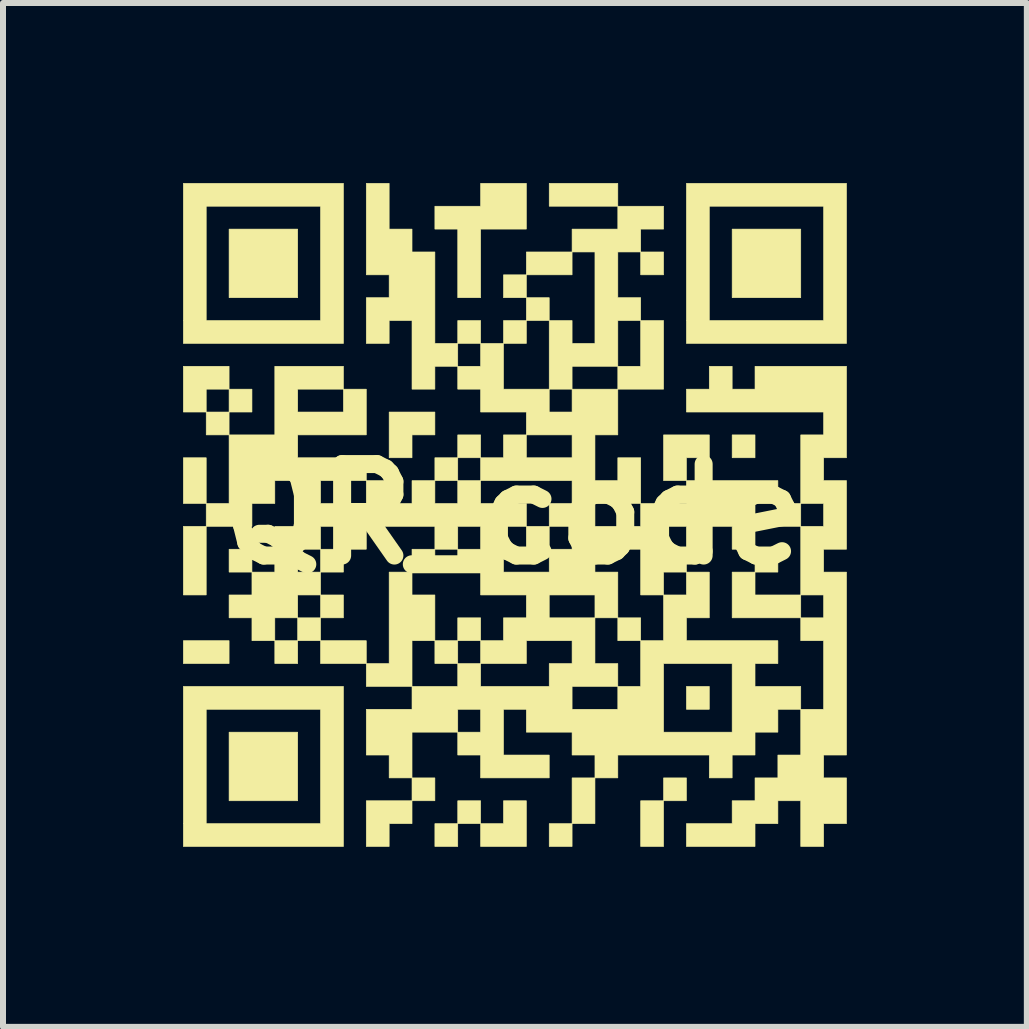
<source format=kicad_pcb>
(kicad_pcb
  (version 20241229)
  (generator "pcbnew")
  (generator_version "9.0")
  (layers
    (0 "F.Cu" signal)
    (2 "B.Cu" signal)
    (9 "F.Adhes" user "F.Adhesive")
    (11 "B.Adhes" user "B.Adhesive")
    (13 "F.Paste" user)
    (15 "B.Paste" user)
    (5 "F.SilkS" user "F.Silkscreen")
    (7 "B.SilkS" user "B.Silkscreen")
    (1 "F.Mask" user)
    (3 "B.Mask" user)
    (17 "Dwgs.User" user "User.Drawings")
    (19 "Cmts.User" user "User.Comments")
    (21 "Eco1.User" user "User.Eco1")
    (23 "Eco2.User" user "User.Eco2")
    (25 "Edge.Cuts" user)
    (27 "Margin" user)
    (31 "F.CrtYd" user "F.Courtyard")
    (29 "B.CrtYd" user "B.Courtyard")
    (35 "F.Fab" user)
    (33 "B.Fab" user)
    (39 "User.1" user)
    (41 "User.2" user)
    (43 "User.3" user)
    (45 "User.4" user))
  (footprint "QR_code"
    (layer "F.Cu")
    (at 5.517 5.517)
    (property "Reference" "QR_code" (at 0 0 0) (layer "F.SilkS") (effects (font (size 1.524 1.524) (thickness 0.3))))
    (attr through_hole)
    (fp_poly (pts (xy -5.512 -0.178) (xy -5.512 -0.94) (xy -5.131 -0.94) (xy -5.131 -0.178) (xy -5.512 -0.178)) (stroke (width 0.01) (type solid)) (fill yes) (layer "F.SilkS"))
    (fp_poly (pts (xy -5.131 1.346) (xy -5.512 1.346) (xy -5.512 0.203) (xy -5.131 0.203) (xy -5.131 1.346)) (stroke (width 0.01) (type solid)) (fill yes) (layer "F.SilkS"))
    (fp_poly (pts (xy -4.75 -2.083) (xy -4.369 -2.083) (xy -4.369 -1.702) (xy -4.75 -1.702) (xy -4.75 -2.083)) (stroke (width 0.01) (type solid)) (fill yes) (layer "F.SilkS"))
    (fp_poly (pts (xy -4.75 -1.702) (xy -4.75 -1.321) (xy -5.131 -1.321) (xy -5.131 -1.702) (xy -4.75 -1.702)) (stroke (width 0.01) (type solid)) (fill yes) (layer "F.SilkS"))
    (fp_poly (pts (xy -4.75 0.965) (xy -4.75 0.584) (xy -4.369 0.584) (xy -4.369 0.965) (xy -4.75 0.965)) (stroke (width 0.01) (type solid)) (fill yes) (layer "F.SilkS"))
    (fp_poly (pts (xy -4.75 2.489) (xy -5.512 2.489) (xy -5.512 2.108) (xy -4.75 2.108) (xy -4.75 2.489)) (stroke (width 0.01) (type solid)) (fill yes) (layer "F.SilkS"))
    (fp_poly (pts (xy -3.607 -3.607) (xy -4.75 -3.607) (xy -4.75 -4.75) (xy -3.607 -4.75) (xy -3.607 -3.607)) (stroke (width 0.01) (type solid)) (fill yes) (layer "F.SilkS"))
    (fp_poly (pts (xy -3.607 1.727) (xy -3.226 1.727) (xy -3.226 2.108) (xy -3.607 2.108) (xy -3.607 1.727)) (stroke (width 0.01) (type solid)) (fill yes) (layer "F.SilkS"))
    (fp_poly (pts (xy -3.607 2.489) (xy -3.988 2.489) (xy -3.988 2.108) (xy -3.607 2.108) (xy -3.607 2.489)) (stroke (width 0.01) (type solid)) (fill yes) (layer "F.SilkS"))
    (fp_poly (pts (xy -3.607 4.775) (xy -4.75 4.775) (xy -4.75 3.632) (xy -3.607 3.632) (xy -3.607 4.775)) (stroke (width 0.01) (type solid)) (fill yes) (layer "F.SilkS"))
    (fp_poly (pts (xy -3.226 2.489) (xy -3.226 2.108) (xy -2.464 2.108) (xy -2.464 2.489) (xy -3.226 2.489)) (stroke (width 0.01) (type solid)) (fill yes) (layer "F.SilkS"))
    (fp_poly (pts (xy -2.845 0.965) (xy -3.226 0.965) (xy -3.226 0.584) (xy -2.845 0.584) (xy -2.845 0.965)) (stroke (width 0.01) (type solid)) (fill yes) (layer "F.SilkS"))
    (fp_poly (pts (xy -2.845 1.727) (xy -3.226 1.727) (xy -3.226 1.346) (xy -2.845 1.346) (xy -2.845 1.727)) (stroke (width 0.01) (type solid)) (fill yes) (layer "F.SilkS"))
    (fp_poly (pts (xy -1.702 4.394) (xy -1.321 4.394) (xy -1.321 4.775) (xy -1.702 4.775) (xy -1.702 4.394)) (stroke (width 0.01) (type solid)) (fill yes) (layer "F.SilkS"))
    (fp_poly (pts (xy -1.321 0.965) (xy -1.702 0.965) (xy -1.702 0.584) (xy -1.321 0.584) (xy -1.321 0.965)) (stroke (width 0.01) (type solid)) (fill yes) (layer "F.SilkS"))
    (fp_poly (pts (xy -0.94 1.727) (xy -0.559 1.727) (xy -0.559 2.108) (xy -0.94 2.108) (xy -0.94 1.727)) (stroke (width 0.01) (type solid)) (fill yes) (layer "F.SilkS"))
    (fp_poly (pts (xy -0.94 2.489) (xy -1.321 2.489) (xy -1.321 2.108) (xy -0.94 2.108) (xy -0.94 2.489)) (stroke (width 0.01) (type solid)) (fill yes) (layer "F.SilkS"))
    (fp_poly (pts (xy -0.94 5.156) (xy -0.94 4.775) (xy -0.559 4.775) (xy -0.559 5.156) (xy -0.94 5.156)) (stroke (width 0.01) (type solid)) (fill yes) (layer "F.SilkS"))
    (fp_poly (pts (xy -0.94 5.537) (xy -1.321 5.537) (xy -1.321 5.156) (xy -0.94 5.156) (xy -0.94 5.537)) (stroke (width 0.01) (type solid)) (fill yes) (layer "F.SilkS"))
    (fp_poly (pts (xy 0.584 -5.131) (xy 0.584 -5.512) (xy 1.727 -5.512) (xy 1.727 -5.131) (xy 0.584 -5.131)) (stroke (width 0.01) (type solid)) (fill yes) (layer "F.SilkS"))
    (fp_poly (pts (xy 0.584 0.584) (xy 0.203 0.584) (xy 0.203 0.203) (xy 0.584 0.203) (xy 0.584 0.584)) (stroke (width 0.01) (type solid)) (fill yes) (layer "F.SilkS"))
    (fp_poly (pts (xy 0.965 4.394) (xy 1.346 4.394) (xy 1.346 5.156) (xy 0.965 5.156) (xy 0.965 4.394)) (stroke (width 0.01) (type solid)) (fill yes) (layer "F.SilkS"))
    (fp_poly (pts (xy 0.965 5.537) (xy 0.584 5.537) (xy 0.584 5.156) (xy 0.965 5.156) (xy 0.965 5.537)) (stroke (width 0.01) (type solid)) (fill yes) (layer "F.SilkS"))
    (fp_poly (pts (xy 2.108 2.108) (xy 1.727 2.108) (xy 1.727 1.727) (xy 2.108 1.727) (xy 2.108 2.108)) (stroke (width 0.01) (type solid)) (fill yes) (layer "F.SilkS"))
    (fp_poly (pts (xy 2.489 -3.988) (xy 2.108 -3.988) (xy 2.108 -4.369) (xy 2.489 -4.369) (xy 2.489 -3.988)) (stroke (width 0.01) (type solid)) (fill yes) (layer "F.SilkS"))
    (fp_poly (pts (xy 2.489 4.394) (xy 2.87 4.394) (xy 2.87 4.775) (xy 2.489 4.775) (xy 2.489 4.394)) (stroke (width 0.01) (type solid)) (fill yes) (layer "F.SilkS"))
    (fp_poly (pts (xy 2.489 5.537) (xy 2.108 5.537) (xy 2.108 4.775) (xy 2.489 4.775) (xy 2.489 5.537)) (stroke (width 0.01) (type solid)) (fill yes) (layer "F.SilkS"))
    (fp_poly (pts (xy 3.251 3.251) (xy 2.87 3.251) (xy 2.87 2.87) (xy 3.251 2.87) (xy 3.251 3.251)) (stroke (width 0.01) (type solid)) (fill yes) (layer "F.SilkS"))
    (fp_poly (pts (xy 4.013 -0.94) (xy 3.632 -0.94) (xy 3.632 -1.321) (xy 4.013 -1.321) (xy 4.013 -0.94)) (stroke (width 0.01) (type solid)) (fill yes) (layer "F.SilkS"))
    (fp_poly (pts (xy 4.013 0.584) (xy 4.394 0.584) (xy 4.394 0.965) (xy 4.013 0.965) (xy 4.013 0.584)) (stroke (width 0.01) (type solid)) (fill yes) (layer "F.SilkS"))
    (fp_poly (pts (xy 4.775 -3.607) (xy 3.632 -3.607) (xy 3.632 -4.75) (xy 4.775 -4.75) (xy 4.775 -3.607)) (stroke (width 0.01) (type solid)) (fill yes) (layer "F.SilkS"))
    (fp_poly (pts (xy -5.512 -1.702) (xy -5.512 -2.464) (xy -4.75 -2.464) (xy -4.75 -2.083) (xy -5.131 -2.083) (xy -5.131 -1.702) (xy -5.512 -1.702)) (stroke (width 0.01) (type solid)) (fill yes) (layer "F.SilkS"))
    (fp_poly (pts (xy -1.702 5.156) (xy -2.083 5.156) (xy -2.083 5.537) (xy -2.464 5.537) (xy -2.464 4.775) (xy -1.702 4.775) (xy -1.702 5.156)) (stroke (width 0.01) (type solid)) (fill yes) (layer "F.SilkS"))
    (fp_poly (pts (xy -1.321 -1.321) (xy -1.702 -1.321) (xy -1.702 -0.94) (xy -2.083 -0.94) (xy -2.083 -1.702) (xy -1.321 -1.702) (xy -1.321 -1.321)) (stroke (width 0.01) (type solid)) (fill yes) (layer "F.SilkS"))
    (fp_poly (pts (xy -0.178 5.156) (xy -0.178 4.775) (xy 0.203 4.775) (xy 0.203 5.537) (xy -0.559 5.537) (xy -0.559 5.156) (xy -0.178 5.156)) (stroke (width 0.01) (type solid)) (fill yes) (layer "F.SilkS"))
    (fp_poly (pts (xy 1.727 -2.464) (xy 2.108 -2.464) (xy 2.108 -3.226) (xy 2.489 -3.226) (xy 2.489 -2.083) (xy 1.727 -2.083) (xy 1.727 -2.464)) (stroke (width 0.01) (type solid)) (fill yes) (layer "F.SilkS"))
    (fp_poly (pts (xy 2.489 -0.559) (xy 2.489 -1.321) (xy 3.251 -1.321) (xy 3.251 -0.94) (xy 2.87 -0.94) (xy 2.87 -0.559) (xy 2.489 -0.559)) (stroke (width 0.01) (type solid)) (fill yes) (layer "F.SilkS"))
    (fp_poly (pts (xy 4.013 1.346) (xy 4.775 1.346) (xy 4.775 1.727) (xy 3.632 1.727) (xy 3.632 0.965) (xy 4.013 0.965) (xy 4.013 1.346)) (stroke (width 0.01) (type solid)) (fill yes) (layer "F.SilkS"))
    (fp_poly (pts (xy -2.083 2.489) (xy -2.083 0.965) (xy -1.702 0.965) (xy -1.702 1.346) (xy -1.321 1.346) (xy -1.321 2.108) (xy -1.702 2.108) (xy -1.702 2.87) (xy -2.464 2.87) (xy -2.464 2.489) (xy -2.083 2.489)) (stroke (width 0.01) (type solid)) (fill yes) (layer "F.SilkS"))
    (fp_poly (pts (xy 0.203 -4.75) (xy -0.559 -4.75) (xy -0.559 -3.607) (xy -0.94 -3.607) (xy -0.94 -4.75) (xy -1.321 -4.75) (xy -1.321 -5.131) (xy -0.559 -5.131) (xy -0.559 -5.512) (xy 0.203 -5.512) (xy 0.203 -4.75)) (stroke (width 0.01) (type solid)) (fill yes) (layer "F.SilkS"))
    (fp_poly (pts (xy -2.845 -2.845) (xy -5.512 -2.845) (xy -5.512 -5.131) (xy -5.131 -5.131) (xy -5.131 -3.226) (xy -3.226 -3.226) (xy -3.226 -5.131) (xy -5.131 -5.131) (xy -5.512 -5.131) (xy -5.512 -5.512) (xy -2.845 -5.512) (xy -2.845 -2.845)) (stroke (width 0.01) (type solid)) (fill yes) (layer "F.SilkS"))
    (fp_poly (pts (xy -2.845 5.537) (xy -5.512 5.537) (xy -5.512 3.251) (xy -5.131 3.251) (xy -5.131 5.156) (xy -3.226 5.156) (xy -3.226 3.251) (xy -5.131 3.251) (xy -5.512 3.251) (xy -5.512 2.87) (xy -2.845 2.87) (xy -2.845 5.537)) (stroke (width 0.01) (type solid)) (fill yes) (layer "F.SilkS"))
    (fp_poly (pts (xy 5.537 -2.845) (xy 2.87 -2.845) (xy 2.87 -5.131) (xy 3.251 -5.131) (xy 3.251 -3.226) (xy 5.156 -3.226) (xy 5.156 -5.131) (xy 3.251 -5.131) (xy 2.87 -5.131) (xy 2.87 -5.512) (xy 5.537 -5.512) (xy 5.537 -2.845)) (stroke (width 0.01) (type solid)) (fill yes) (layer "F.SilkS"))
    (fp_poly (pts (xy 2.489 -5.131) (xy 2.489 -4.75) (xy 2.108 -4.75) (xy 2.108 -4.369) (xy 1.727 -4.369) (xy 1.727 -3.607) (xy 2.108 -3.607) (xy 2.108 -3.226) (xy 1.727 -3.226) (xy 1.727 -2.464) (xy 0.965 -2.464) (xy 0.965 -2.083) (xy 1.727 -2.083) (xy 1.727 -1.321) (xy 1.346 -1.321) (xy 1.346 -0.559) (xy 1.727 -0.559) (xy 1.727 -0.94) (xy 2.108 -0.94) (xy 2.108 -0.178) (xy 2.87 -0.178) (xy 2.87 -0.559) (xy 4.394 -0.559) (xy 4.394 -0.178) (xy 4.775 -0.178) (xy 4.775 0.203) (xy 5.156 0.203) (xy 5.156 -0.178) (xy 4.775 -0.178) (xy 4.775 -1.321) (xy 5.156 -1.321) (xy 5.156 -1.702) (xy 2.87 -1.702) (xy 2.87 -2.083) (xy 3.251 -2.083) (xy 3.251 -2.464) (xy 3.632 -2.464) (xy 3.632 -2.083) (xy 4.013 -2.083) (xy 4.013 -2.464) (xy 5.537 -2.464) (xy 5.537 -0.94) (xy 5.156 -0.94) (xy 5.156 -0.559) (xy 5.537 -0.559) (xy 5.537 0.584) (xy 5.156 0.584) (xy 5.156 0.965) (xy 5.537 0.965) (xy 5.537 4.013) (xy 5.156 4.013) (xy 5.156 4.394) (xy 5.537 4.394) (xy 5.537 5.156) (xy 5.156 5.156) (xy 5.156 5.537) (xy 4.775 5.537) (xy 4.775 4.775) (xy 4.394 4.775) (xy 4.394 5.156) (xy 4.013 5.156) (xy 4.013 5.537) (xy 2.87 5.537) (xy 2.87 5.156) (xy 3.632 5.156) (xy 3.632 4.775) (xy 4.013 4.775) (xy 4.013 4.394) (xy 4.394 4.394) (xy 4.394 4.013) (xy 4.775 4.013) (xy 4.775 3.251) (xy 4.394 3.251) (xy 4.394 3.632) (xy 4.013 3.632) (xy 4.013 4.013) (xy 3.632 4.013) (xy 3.632 4.394) (xy 3.251 4.394) (xy 3.251 4.013) (xy 1.727 4.013) (xy 1.727 4.394) (xy 1.346 4.394) (xy 1.346 4.013) (xy 0.965 4.013) (xy 0.965 3.632) (xy 0.203 3.632) (xy 0.203 3.251) (xy -0.178 3.251) (xy -0.178 4.013) (xy 0.584 4.013) (xy 0.584 4.394) (xy -0.559 4.394) (xy -0.559 4.013) (xy -0.94 4.013) (xy -0.94 3.632) (xy -1.702 3.632) (xy -1.702 4.394) (xy -2.083 4.394) (xy -2.083 4.013) (xy -2.464 4.013) (xy -2.464 3.251) (xy -1.702 3.251) (xy -0.94 3.251) (xy -0.94 3.632) (xy -0.559 3.632) (xy -0.559 3.251) (xy -0.94 3.251) (xy -1.702 3.251) (xy -1.702 2.87) (xy -0.94 2.87) (xy -0.559 2.87) (xy 0.584 2.87) (xy 0.965 2.87) (xy 0.965 3.251) (xy 1.727 3.251) (xy 1.727 2.87) (xy 0.965 2.87) (xy 0.584 2.87) (xy 0.584 2.489) (xy 0.965 2.489) (xy 1.346 2.489) (xy 1.727 2.489) (xy 1.727 2.87) (xy 2.108 2.87) (xy 2.108 2.489) (xy 2.489 2.489) (xy 2.489 3.632) (xy 3.632 3.632) (xy 3.632 2.489) (xy 2.489 2.489) (xy 2.108 2.489) (xy 2.108 2.108) (xy 2.489 2.108) (xy 2.489 1.346) (xy 2.108 1.346) (xy 2.108 0.965) (xy 2.489 0.965) (xy 2.489 1.346) (xy 2.87 1.346) (xy 2.87 0.965) (xy 3.251 0.965) (xy 3.251 1.727) (xy 2.87 1.727) (xy 2.87 2.108) (xy 4.394 2.108) (xy 4.394 2.489) (xy 4.013 2.489) (xy 4.013 2.87) (xy 4.775 2.87) (xy 4.775 3.251) (xy 5.156 3.251) (xy 5.156 2.108) (xy 4.775 2.108) (xy 4.775 1.727) (xy 5.156 1.727) (xy 5.156 1.346) (xy 4.775 1.346) (xy 4.775 0.203) (xy 4.394 0.203) (xy 4.394 -0.178) (xy 4.013 -0.178) (xy 4.013 0.584) (xy 3.632 0.584) (xy 3.632 0.203) (xy 3.251 0.203) (xy 3.251 0.584) (xy 2.87 0.584) (xy 2.87 0.965) (xy 2.489 0.965) (xy 2.108 0.965) (xy 2.108 0.584) (xy 1.346 0.584) (xy 1.346 0.965) (xy 1.727 0.965) (xy 1.727 1.727) (xy 1.346 1.727) (xy 1.346 2.489) (xy 0.965 2.489) (xy 0.965 2.108) (xy 0.203 2.108) (xy 0.203 2.489) (xy -0.559 2.489) (xy -0.559 2.87) (xy -0.94 2.87) (xy -0.94 2.489) (xy -0.559 2.489) (xy -0.559 2.108) (xy -0.178 2.108) (xy -0.178 1.727) (xy 0.203 1.727) (xy 0.203 1.346) (xy 0.584 1.346) (xy 0.584 1.727) (xy 1.346 1.727) (xy 1.346 1.346) (xy 0.584 1.346) (xy 0.203 1.346) (xy -0.559 1.346) (xy -0.559 0.965) (xy -0.94 0.965) (xy -0.94 0.584) (xy -1.321 0.584) (xy -1.321 0.203) (xy -0.94 0.203) (xy -0.94 0.584) (xy -0.559 0.584) (xy -0.559 0.203) (xy -0.94 0.203) (xy -1.321 0.203) (xy -2.464 0.203) (xy -2.464 0.584) (xy -2.845 0.584) (xy -2.845 0.203) (xy -3.226 0.203) (xy -3.226 0.584) (xy -3.607 0.584) (xy -3.607 0.965) (xy -3.226 0.965) (xy -3.226 1.346) (xy -3.607 1.346) (xy -3.607 1.727) (xy -3.988 1.727) (xy -3.988 2.108) (xy -4.369 2.108) (xy -4.369 1.727) (xy -4.75 1.727) (xy -4.75 1.346) (xy -4.369 1.346) (xy -4.369 0.965) (xy -3.988 0.965) (xy -3.988 0.203) (xy -3.607 0.203) (xy -3.607 -0.559) (xy -3.226 -0.559) (xy -3.226 -0.178) (xy -2.464 -0.178) (xy -2.464 -0.559) (xy -3.226 -0.559) (xy -3.607 -0.559) (xy -3.988 -0.559) (xy -3.988 -0.178) (xy -4.369 -0.178) (xy -4.369 0.203) (xy -5.131 0.203) (xy -5.131 -0.178) (xy -4.75 -0.178) (xy -4.75 -1.321) (xy -3.988 -1.321) (xy -3.988 -2.083) (xy -3.607 -2.083) (xy -3.607 -1.702) (xy -2.845 -1.702) (xy -2.845 -2.083) (xy -3.607 -2.083) (xy -3.988 -2.083) (xy -3.988 -2.464) (xy -2.845 -2.464) (xy -2.845 -2.083) (xy -2.464 -2.083) (xy -2.464 -1.321) (xy -3.607 -1.321) (xy -3.607 -0.94) (xy -2.464 -0.94) (xy -2.464 -0.559) (xy -2.083 -0.559) (xy -2.083 -0.178) (xy -1.702 -0.178) (xy -1.702 -0.559) (xy -1.321 -0.559) (xy -1.321 -0.178) (xy -0.94 -0.178) (xy -0.94 -0.559) (xy -1.321 -0.559) (xy -1.321 -0.94) (xy -0.94 -0.94) (xy -0.94 -0.559) (xy -0.559 -0.559) (xy -0.559 -0.178) (xy 0.203 -0.178) (xy 0.203 0.203) (xy -0.178 0.203) (xy -0.178 0.965) (xy 0.584 0.965) (xy 0.584 0.584) (xy 0.965 0.584) (xy 0.965 0.203) (xy 0.584 0.203) (xy 0.584 -0.178) (xy 0.965 -0.178) (xy 1.346 -0.178) (xy 1.346 0.203) (xy 2.108 0.203) (xy 2.489 0.203) (xy 2.489 0.584) (xy 2.87 0.584) (xy 2.87 0.203) (xy 2.489 0.203) (xy 2.108 0.203) (xy 2.108 -0.178) (xy 1.346 -0.178) (xy 0.965 -0.178) (xy 0.965 -0.559) (xy -0.559 -0.559) (xy -0.559 -0.94) (xy -0.94 -0.94) (xy -0.94 -1.321) (xy -0.559 -1.321) (xy -0.559 -0.94) (xy -0.178 -0.94) (xy -0.178 -1.321) (xy 0.203 -1.321) (xy 0.203 -0.94) (xy 0.965 -0.94) (xy 0.965 -1.321) (xy 0.203 -1.321) (xy 0.203 -1.702) (xy 0.584 -1.702) (xy 0.965 -1.702) (xy 0.965 -2.083) (xy 0.584 -2.083) (xy 0.584 -1.702) (xy 0.203 -1.702) (xy -0.559 -1.702) (xy -0.559 -2.083) (xy -0.94 -2.083) (xy -0.94 -2.464) (xy -1.321 -2.464) (xy -1.321 -2.083) (xy -1.702 -2.083) (xy -1.702 -3.226) (xy -2.083 -3.226) (xy -2.083 -2.845) (xy -2.464 -2.845) (xy -2.464 -3.607) (xy -2.083 -3.607) (xy -2.083 -3.988) (xy -2.464 -3.988) (xy -2.464 -5.512) (xy -2.083 -5.512) (xy -2.083 -4.75) (xy -1.702 -4.75) (xy -1.702 -4.369) (xy -1.321 -4.369) (xy -1.321 -2.845) (xy -0.94 -2.845) (xy -0.94 -2.464) (xy -0.559 -2.464) (xy -0.559 -2.845) (xy -0.94 -2.845) (xy -0.94 -3.226) (xy -0.559 -3.226) (xy -0.559 -2.845) (xy -0.178 -2.845) (xy -0.178 -2.083) (xy 0.584 -2.083) (xy 0.584 -3.226) (xy 0.203 -3.226) (xy 0.203 -2.845) (xy -0.178 -2.845) (xy -0.178 -3.226) (xy 0.203 -3.226) (xy 0.203 -3.607) (xy -0.178 -3.607) (xy -0.178 -3.988) (xy 0.203 -3.988) (xy 0.203 -3.607) (xy 0.584 -3.607) (xy 0.584 -3.226) (xy 0.965 -3.226) (xy 0.965 -2.845) (xy 1.346 -2.845) (xy 1.346 -4.369) (xy 0.965 -4.369) (xy 0.965 -3.988) (xy 0.203 -3.988) (xy 0.203 -4.369) (xy 0.965 -4.369) (xy 0.965 -4.75) (xy 1.727 -4.75) (xy 1.727 -5.131) (xy 2.489 -5.131)) (stroke (width 0.01) (type solid)) (fill yes) (layer "F.SilkS")))
  (gr_rect
    (start -3 -3)
    (end 14.059 14.059)
    (stroke (width 0.1) (type default))
    (fill no)
    (layer "Edge.Cuts")))
</source>
